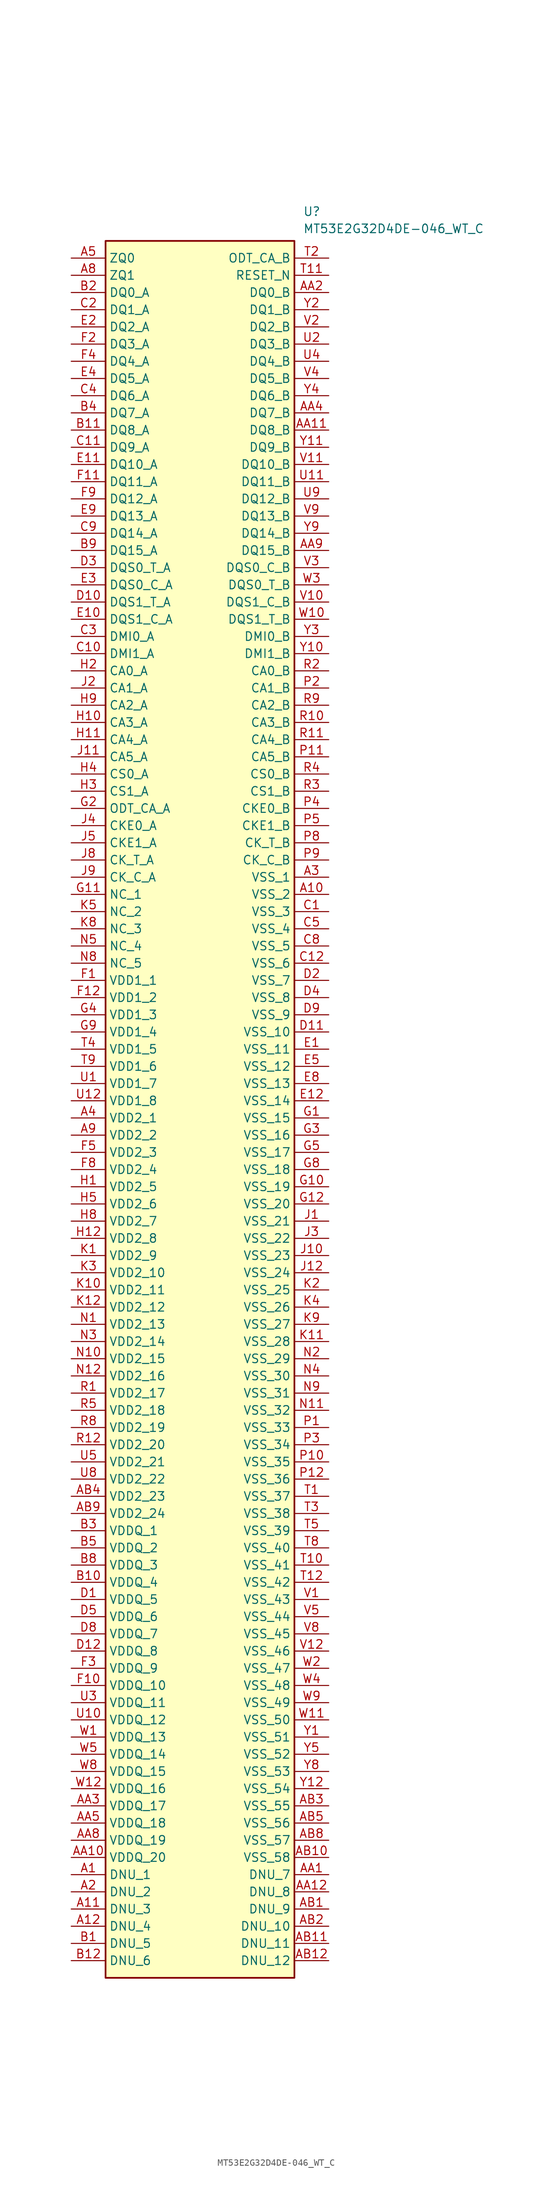
<source format=kicad_sym>
(kicad_symbol_lib
  (version 20241209)
  (generator "kicad_symbol_editor")
  (generator_version "9.0")
  (symbol "MT53E2G32D4DE-046_WT_C"
    (property "Reference" "U"
      (at 34.29 7.62 0)
      (effects (font (size 1.27 1.27)) (justify left top)))
    (property "Value" "MT53E2G32D4DE-046_WT_C"
      (at 34.29 5.08 0)
      (effects (font (size 1.27 1.27)) (justify left top)))
    (symbol "MT53E2G32D4DE-046_WT_C_1_1"
      (rectangle (start 5.08 2.54) (end 33.02 -254) (stroke (width 0.254) (type default)) (fill (type background)))
      (pin passive line (at 0 0 0) (length 5.08) (name "ZQ0" (effects (font (size 1.27 1.27)))) (number "A5" (effects (font (size 1.27 1.27)))))
      (pin passive line (at 0 -2.54 0) (length 5.08) (name "ZQ1" (effects (font (size 1.27 1.27)))) (number "A8" (effects (font (size 1.27 1.27)))))
      (pin passive line (at 0 -5.08 0) (length 5.08) (name "DQ0_A" (effects (font (size 1.27 1.27)))) (number "B2" (effects (font (size 1.27 1.27)))))
      (pin passive line (at 0 -7.62 0) (length 5.08) (name "DQ1_A" (effects (font (size 1.27 1.27)))) (number "C2" (effects (font (size 1.27 1.27)))))
      (pin passive line (at 0 -10.16 0) (length 5.08) (name "DQ2_A" (effects (font (size 1.27 1.27)))) (number "E2" (effects (font (size 1.27 1.27)))))
      (pin passive line (at 0 -12.7 0) (length 5.08) (name "DQ3_A" (effects (font (size 1.27 1.27)))) (number "F2" (effects (font (size 1.27 1.27)))))
      (pin passive line (at 0 -15.24 0) (length 5.08) (name "DQ4_A" (effects (font (size 1.27 1.27)))) (number "F4" (effects (font (size 1.27 1.27)))))
      (pin passive line (at 0 -17.78 0) (length 5.08) (name "DQ5_A" (effects (font (size 1.27 1.27)))) (number "E4" (effects (font (size 1.27 1.27)))))
      (pin passive line (at 0 -20.32 0) (length 5.08) (name "DQ6_A" (effects (font (size 1.27 1.27)))) (number "C4" (effects (font (size 1.27 1.27)))))
      (pin passive line (at 0 -22.86 0) (length 5.08) (name "DQ7_A" (effects (font (size 1.27 1.27)))) (number "B4" (effects (font (size 1.27 1.27)))))
      (pin passive line (at 0 -25.4 0) (length 5.08) (name "DQ8_A" (effects (font (size 1.27 1.27)))) (number "B11" (effects (font (size 1.27 1.27)))))
      (pin passive line (at 0 -27.94 0) (length 5.08) (name "DQ9_A" (effects (font (size 1.27 1.27)))) (number "C11" (effects (font (size 1.27 1.27)))))
      (pin passive line (at 0 -30.48 0) (length 5.08) (name "DQ10_A" (effects (font (size 1.27 1.27)))) (number "E11" (effects (font (size 1.27 1.27)))))
      (pin passive line (at 0 -33.02 0) (length 5.08) (name "DQ11_A" (effects (font (size 1.27 1.27)))) (number "F11" (effects (font (size 1.27 1.27)))))
      (pin passive line (at 0 -35.56 0) (length 5.08) (name "DQ12_A" (effects (font (size 1.27 1.27)))) (number "F9" (effects (font (size 1.27 1.27)))))
      (pin passive line (at 0 -38.1 0) (length 5.08) (name "DQ13_A" (effects (font (size 1.27 1.27)))) (number "E9" (effects (font (size 1.27 1.27)))))
      (pin passive line (at 0 -40.64 0) (length 5.08) (name "DQ14_A" (effects (font (size 1.27 1.27)))) (number "C9" (effects (font (size 1.27 1.27)))))
      (pin passive line (at 0 -43.18 0) (length 5.08) (name "DQ15_A" (effects (font (size 1.27 1.27)))) (number "B9" (effects (font (size 1.27 1.27)))))
      (pin passive line (at 0 -45.72 0) (length 5.08) (name "DQS0_T_A" (effects (font (size 1.27 1.27)))) (number "D3" (effects (font (size 1.27 1.27)))))
      (pin passive line (at 0 -48.26 0) (length 5.08) (name "DQS0_C_A" (effects (font (size 1.27 1.27)))) (number "E3" (effects (font (size 1.27 1.27)))))
      (pin passive line (at 0 -50.8 0) (length 5.08) (name "DQS1_T_A" (effects (font (size 1.27 1.27)))) (number "D10" (effects (font (size 1.27 1.27)))))
      (pin passive line (at 0 -53.34 0) (length 5.08) (name "DQS1_C_A" (effects (font (size 1.27 1.27)))) (number "E10" (effects (font (size 1.27 1.27)))))
      (pin passive line (at 0 -55.88 0) (length 5.08) (name "DMI0_A" (effects (font (size 1.27 1.27)))) (number "C3" (effects (font (size 1.27 1.27)))))
      (pin passive line (at 0 -58.42 0) (length 5.08) (name "DMI1_A" (effects (font (size 1.27 1.27)))) (number "C10" (effects (font (size 1.27 1.27)))))
      (pin passive line (at 0 -60.96 0) (length 5.08) (name "CA0_A" (effects (font (size 1.27 1.27)))) (number "H2" (effects (font (size 1.27 1.27)))))
      (pin passive line (at 0 -63.5 0) (length 5.08) (name "CA1_A" (effects (font (size 1.27 1.27)))) (number "J2" (effects (font (size 1.27 1.27)))))
      (pin passive line (at 0 -66.04 0) (length 5.08) (name "CA2_A" (effects (font (size 1.27 1.27)))) (number "H9" (effects (font (size 1.27 1.27)))))
      (pin passive line (at 0 -68.58 0) (length 5.08) (name "CA3_A" (effects (font (size 1.27 1.27)))) (number "H10" (effects (font (size 1.27 1.27)))))
      (pin passive line (at 0 -71.12 0) (length 5.08) (name "CA4_A" (effects (font (size 1.27 1.27)))) (number "H11" (effects (font (size 1.27 1.27)))))
      (pin passive line (at 0 -73.66 0) (length 5.08) (name "CA5_A" (effects (font (size 1.27 1.27)))) (number "J11" (effects (font (size 1.27 1.27)))))
      (pin passive line (at 0 -76.2 0) (length 5.08) (name "CS0_A" (effects (font (size 1.27 1.27)))) (number "H4" (effects (font (size 1.27 1.27)))))
      (pin passive line (at 0 -78.74 0) (length 5.08) (name "CS1_A" (effects (font (size 1.27 1.27)))) (number "H3" (effects (font (size 1.27 1.27)))))
      (pin passive line (at 0 -81.28 0) (length 5.08) (name "ODT_CA_A" (effects (font (size 1.27 1.27)))) (number "G2" (effects (font (size 1.27 1.27)))))
      (pin passive line (at 0 -83.82 0) (length 5.08) (name "CKE0_A" (effects (font (size 1.27 1.27)))) (number "J4" (effects (font (size 1.27 1.27)))))
      (pin passive line (at 0 -86.36 0) (length 5.08) (name "CKE1_A" (effects (font (size 1.27 1.27)))) (number "J5" (effects (font (size 1.27 1.27)))))
      (pin passive line (at 0 -88.9 0) (length 5.08) (name "CK_T_A" (effects (font (size 1.27 1.27)))) (number "J8" (effects (font (size 1.27 1.27)))))
      (pin passive line (at 0 -91.44 0) (length 5.08) (name "CK_C_A" (effects (font (size 1.27 1.27)))) (number "J9" (effects (font (size 1.27 1.27)))))
      (pin passive line (at 0 -93.98 0) (length 5.08) (name "NC_1" (effects (font (size 1.27 1.27)))) (number "G11" (effects (font (size 1.27 1.27)))))
      (pin passive line (at 0 -96.52 0) (length 5.08) (name "NC_2" (effects (font (size 1.27 1.27)))) (number "K5" (effects (font (size 1.27 1.27)))))
      (pin passive line (at 0 -99.06 0) (length 5.08) (name "NC_3" (effects (font (size 1.27 1.27)))) (number "K8" (effects (font (size 1.27 1.27)))))
      (pin passive line (at 0 -101.6 0) (length 5.08) (name "NC_4" (effects (font (size 1.27 1.27)))) (number "N5" (effects (font (size 1.27 1.27)))))
      (pin passive line (at 0 -104.14 0) (length 5.08) (name "NC_5" (effects (font (size 1.27 1.27)))) (number "N8" (effects (font (size 1.27 1.27)))))
      (pin passive line (at 0 -106.68 0) (length 5.08) (name "VDD1_1" (effects (font (size 1.27 1.27)))) (number "F1" (effects (font (size 1.27 1.27)))))
      (pin passive line (at 0 -109.22 0) (length 5.08) (name "VDD1_2" (effects (font (size 1.27 1.27)))) (number "F12" (effects (font (size 1.27 1.27)))))
      (pin passive line (at 0 -111.76 0) (length 5.08) (name "VDD1_3" (effects (font (size 1.27 1.27)))) (number "G4" (effects (font (size 1.27 1.27)))))
      (pin passive line (at 0 -114.3 0) (length 5.08) (name "VDD1_4" (effects (font (size 1.27 1.27)))) (number "G9" (effects (font (size 1.27 1.27)))))
      (pin passive line (at 0 -116.84 0) (length 5.08) (name "VDD1_5" (effects (font (size 1.27 1.27)))) (number "T4" (effects (font (size 1.27 1.27)))))
      (pin passive line (at 0 -119.38 0) (length 5.08) (name "VDD1_6" (effects (font (size 1.27 1.27)))) (number "T9" (effects (font (size 1.27 1.27)))))
      (pin passive line (at 0 -121.92 0) (length 5.08) (name "VDD1_7" (effects (font (size 1.27 1.27)))) (number "U1" (effects (font (size 1.27 1.27)))))
      (pin passive line (at 0 -124.46 0) (length 5.08) (name "VDD1_8" (effects (font (size 1.27 1.27)))) (number "U12" (effects (font (size 1.27 1.27)))))
      (pin passive line (at 0 -127 0) (length 5.08) (name "VDD2_1" (effects (font (size 1.27 1.27)))) (number "A4" (effects (font (size 1.27 1.27)))))
      (pin passive line (at 0 -129.54 0) (length 5.08) (name "VDD2_2" (effects (font (size 1.27 1.27)))) (number "A9" (effects (font (size 1.27 1.27)))))
      (pin passive line (at 0 -132.08 0) (length 5.08) (name "VDD2_3" (effects (font (size 1.27 1.27)))) (number "F5" (effects (font (size 1.27 1.27)))))
      (pin passive line (at 0 -134.62 0) (length 5.08) (name "VDD2_4" (effects (font (size 1.27 1.27)))) (number "F8" (effects (font (size 1.27 1.27)))))
      (pin passive line (at 0 -137.16 0) (length 5.08) (name "VDD2_5" (effects (font (size 1.27 1.27)))) (number "H1" (effects (font (size 1.27 1.27)))))
      (pin passive line (at 0 -139.7 0) (length 5.08) (name "VDD2_6" (effects (font (size 1.27 1.27)))) (number "H5" (effects (font (size 1.27 1.27)))))
      (pin passive line (at 0 -142.24 0) (length 5.08) (name "VDD2_7" (effects (font (size 1.27 1.27)))) (number "H8" (effects (font (size 1.27 1.27)))))
      (pin passive line (at 0 -144.78 0) (length 5.08) (name "VDD2_8" (effects (font (size 1.27 1.27)))) (number "H12" (effects (font (size 1.27 1.27)))))
      (pin passive line (at 0 -147.32 0) (length 5.08) (name "VDD2_9" (effects (font (size 1.27 1.27)))) (number "K1" (effects (font (size 1.27 1.27)))))
      (pin passive line (at 0 -149.86 0) (length 5.08) (name "VDD2_10" (effects (font (size 1.27 1.27)))) (number "K3" (effects (font (size 1.27 1.27)))))
      (pin passive line (at 0 -152.4 0) (length 5.08) (name "VDD2_11" (effects (font (size 1.27 1.27)))) (number "K10" (effects (font (size 1.27 1.27)))))
      (pin passive line (at 0 -154.94 0) (length 5.08) (name "VDD2_12" (effects (font (size 1.27 1.27)))) (number "K12" (effects (font (size 1.27 1.27)))))
      (pin passive line (at 0 -157.48 0) (length 5.08) (name "VDD2_13" (effects (font (size 1.27 1.27)))) (number "N1" (effects (font (size 1.27 1.27)))))
      (pin passive line (at 0 -160.02 0) (length 5.08) (name "VDD2_14" (effects (font (size 1.27 1.27)))) (number "N3" (effects (font (size 1.27 1.27)))))
      (pin passive line (at 0 -162.56 0) (length 5.08) (name "VDD2_15" (effects (font (size 1.27 1.27)))) (number "N10" (effects (font (size 1.27 1.27)))))
      (pin passive line (at 0 -165.1 0) (length 5.08) (name "VDD2_16" (effects (font (size 1.27 1.27)))) (number "N12" (effects (font (size 1.27 1.27)))))
      (pin passive line (at 0 -167.64 0) (length 5.08) (name "VDD2_17" (effects (font (size 1.27 1.27)))) (number "R1" (effects (font (size 1.27 1.27)))))
      (pin passive line (at 0 -170.18 0) (length 5.08) (name "VDD2_18" (effects (font (size 1.27 1.27)))) (number "R5" (effects (font (size 1.27 1.27)))))
      (pin passive line (at 0 -172.72 0) (length 5.08) (name "VDD2_19" (effects (font (size 1.27 1.27)))) (number "R8" (effects (font (size 1.27 1.27)))))
      (pin passive line (at 0 -175.26 0) (length 5.08) (name "VDD2_20" (effects (font (size 1.27 1.27)))) (number "R12" (effects (font (size 1.27 1.27)))))
      (pin passive line (at 0 -177.8 0) (length 5.08) (name "VDD2_21" (effects (font (size 1.27 1.27)))) (number "U5" (effects (font (size 1.27 1.27)))))
      (pin passive line (at 0 -180.34 0) (length 5.08) (name "VDD2_22" (effects (font (size 1.27 1.27)))) (number "U8" (effects (font (size 1.27 1.27)))))
      (pin passive line (at 0 -182.88 0) (length 5.08) (name "VDD2_23" (effects (font (size 1.27 1.27)))) (number "AB4" (effects (font (size 1.27 1.27)))))
      (pin passive line (at 0 -185.42 0) (length 5.08) (name "VDD2_24" (effects (font (size 1.27 1.27)))) (number "AB9" (effects (font (size 1.27 1.27)))))
      (pin passive line (at 0 -187.96 0) (length 5.08) (name "VDDQ_1" (effects (font (size 1.27 1.27)))) (number "B3" (effects (font (size 1.27 1.27)))))
      (pin passive line (at 0 -190.5 0) (length 5.08) (name "VDDQ_2" (effects (font (size 1.27 1.27)))) (number "B5" (effects (font (size 1.27 1.27)))))
      (pin passive line (at 0 -193.04 0) (length 5.08) (name "VDDQ_3" (effects (font (size 1.27 1.27)))) (number "B8" (effects (font (size 1.27 1.27)))))
      (pin passive line (at 0 -195.58 0) (length 5.08) (name "VDDQ_4" (effects (font (size 1.27 1.27)))) (number "B10" (effects (font (size 1.27 1.27)))))
      (pin passive line (at 0 -198.12 0) (length 5.08) (name "VDDQ_5" (effects (font (size 1.27 1.27)))) (number "D1" (effects (font (size 1.27 1.27)))))
      (pin passive line (at 0 -200.66 0) (length 5.08) (name "VDDQ_6" (effects (font (size 1.27 1.27)))) (number "D5" (effects (font (size 1.27 1.27)))))
      (pin passive line (at 0 -203.2 0) (length 5.08) (name "VDDQ_7" (effects (font (size 1.27 1.27)))) (number "D8" (effects (font (size 1.27 1.27)))))
      (pin passive line (at 0 -205.74 0) (length 5.08) (name "VDDQ_8" (effects (font (size 1.27 1.27)))) (number "D12" (effects (font (size 1.27 1.27)))))
      (pin passive line (at 0 -208.28 0) (length 5.08) (name "VDDQ_9" (effects (font (size 1.27 1.27)))) (number "F3" (effects (font (size 1.27 1.27)))))
      (pin passive line (at 0 -210.82 0) (length 5.08) (name "VDDQ_10" (effects (font (size 1.27 1.27)))) (number "F10" (effects (font (size 1.27 1.27)))))
      (pin passive line (at 0 -213.36 0) (length 5.08) (name "VDDQ_11" (effects (font (size 1.27 1.27)))) (number "U3" (effects (font (size 1.27 1.27)))))
      (pin passive line (at 0 -215.9 0) (length 5.08) (name "VDDQ_12" (effects (font (size 1.27 1.27)))) (number "U10" (effects (font (size 1.27 1.27)))))
      (pin passive line (at 0 -218.44 0) (length 5.08) (name "VDDQ_13" (effects (font (size 1.27 1.27)))) (number "W1" (effects (font (size 1.27 1.27)))))
      (pin passive line (at 0 -220.98 0) (length 5.08) (name "VDDQ_14" (effects (font (size 1.27 1.27)))) (number "W5" (effects (font (size 1.27 1.27)))))
      (pin passive line (at 0 -223.52 0) (length 5.08) (name "VDDQ_15" (effects (font (size 1.27 1.27)))) (number "W8" (effects (font (size 1.27 1.27)))))
      (pin passive line (at 0 -226.06 0) (length 5.08) (name "VDDQ_16" (effects (font (size 1.27 1.27)))) (number "W12" (effects (font (size 1.27 1.27)))))
      (pin passive line (at 0 -228.6 0) (length 5.08) (name "VDDQ_17" (effects (font (size 1.27 1.27)))) (number "AA3" (effects (font (size 1.27 1.27)))))
      (pin passive line (at 0 -231.14 0) (length 5.08) (name "VDDQ_18" (effects (font (size 1.27 1.27)))) (number "AA5" (effects (font (size 1.27 1.27)))))
      (pin passive line (at 0 -233.68 0) (length 5.08) (name "VDDQ_19" (effects (font (size 1.27 1.27)))) (number "AA8" (effects (font (size 1.27 1.27)))))
      (pin passive line (at 0 -236.22 0) (length 5.08) (name "VDDQ_20" (effects (font (size 1.27 1.27)))) (number "AA10" (effects (font (size 1.27 1.27)))))
      (pin passive line (at 0 -238.76 0) (length 5.08) (name "DNU_1" (effects (font (size 1.27 1.27)))) (number "A1" (effects (font (size 1.27 1.27)))))
      (pin passive line (at 0 -241.3 0) (length 5.08) (name "DNU_2" (effects (font (size 1.27 1.27)))) (number "A2" (effects (font (size 1.27 1.27)))))
      (pin passive line (at 0 -243.84 0) (length 5.08) (name "DNU_3" (effects (font (size 1.27 1.27)))) (number "A11" (effects (font (size 1.27 1.27)))))
      (pin passive line (at 0 -246.38 0) (length 5.08) (name "DNU_4" (effects (font (size 1.27 1.27)))) (number "A12" (effects (font (size 1.27 1.27)))))
      (pin passive line (at 0 -248.92 0) (length 5.08) (name "DNU_5" (effects (font (size 1.27 1.27)))) (number "B1" (effects (font (size 1.27 1.27)))))
      (pin passive line (at 0 -251.46 0) (length 5.08) (name "DNU_6" (effects (font (size 1.27 1.27)))) (number "B12" (effects (font (size 1.27 1.27)))))
      (pin passive line (at 38.1 0 180) (length 5.08) (name "ODT_CA_B" (effects (font (size 1.27 1.27)))) (number "T2" (effects (font (size 1.27 1.27)))))
      (pin passive line (at 38.1 -2.54 180) (length 5.08) (name "RESET_N" (effects (font (size 1.27 1.27)))) (number "T11" (effects (font (size 1.27 1.27)))))
      (pin passive line (at 38.1 -5.08 180) (length 5.08) (name "DQ0_B" (effects (font (size 1.27 1.27)))) (number "AA2" (effects (font (size 1.27 1.27)))))
      (pin passive line (at 38.1 -7.62 180) (length 5.08) (name "DQ1_B" (effects (font (size 1.27 1.27)))) (number "Y2" (effects (font (size 1.27 1.27)))))
      (pin passive line (at 38.1 -10.16 180) (length 5.08) (name "DQ2_B" (effects (font (size 1.27 1.27)))) (number "V2" (effects (font (size 1.27 1.27)))))
      (pin passive line (at 38.1 -12.7 180) (length 5.08) (name "DQ3_B" (effects (font (size 1.27 1.27)))) (number "U2" (effects (font (size 1.27 1.27)))))
      (pin passive line (at 38.1 -15.24 180) (length 5.08) (name "DQ4_B" (effects (font (size 1.27 1.27)))) (number "U4" (effects (font (size 1.27 1.27)))))
      (pin passive line (at 38.1 -17.78 180) (length 5.08) (name "DQ5_B" (effects (font (size 1.27 1.27)))) (number "V4" (effects (font (size 1.27 1.27)))))
      (pin passive line (at 38.1 -20.32 180) (length 5.08) (name "DQ6_B" (effects (font (size 1.27 1.27)))) (number "Y4" (effects (font (size 1.27 1.27)))))
      (pin passive line (at 38.1 -22.86 180) (length 5.08) (name "DQ7_B" (effects (font (size 1.27 1.27)))) (number "AA4" (effects (font (size 1.27 1.27)))))
      (pin passive line (at 38.1 -25.4 180) (length 5.08) (name "DQ8_B" (effects (font (size 1.27 1.27)))) (number "AA11" (effects (font (size 1.27 1.27)))))
      (pin passive line (at 38.1 -27.94 180) (length 5.08) (name "DQ9_B" (effects (font (size 1.27 1.27)))) (number "Y11" (effects (font (size 1.27 1.27)))))
      (pin passive line (at 38.1 -30.48 180) (length 5.08) (name "DQ10_B" (effects (font (size 1.27 1.27)))) (number "V11" (effects (font (size 1.27 1.27)))))
      (pin passive line (at 38.1 -33.02 180) (length 5.08) (name "DQ11_B" (effects (font (size 1.27 1.27)))) (number "U11" (effects (font (size 1.27 1.27)))))
      (pin passive line (at 38.1 -35.56 180) (length 5.08) (name "DQ12_B" (effects (font (size 1.27 1.27)))) (number "U9" (effects (font (size 1.27 1.27)))))
      (pin passive line (at 38.1 -38.1 180) (length 5.08) (name "DQ13_B" (effects (font (size 1.27 1.27)))) (number "V9" (effects (font (size 1.27 1.27)))))
      (pin passive line (at 38.1 -40.64 180) (length 5.08) (name "DQ14_B" (effects (font (size 1.27 1.27)))) (number "Y9" (effects (font (size 1.27 1.27)))))
      (pin passive line (at 38.1 -43.18 180) (length 5.08) (name "DQ15_B" (effects (font (size 1.27 1.27)))) (number "AA9" (effects (font (size 1.27 1.27)))))
      (pin passive line (at 38.1 -45.72 180) (length 5.08) (name "DQS0_C_B" (effects (font (size 1.27 1.27)))) (number "V3" (effects (font (size 1.27 1.27)))))
      (pin passive line (at 38.1 -48.26 180) (length 5.08) (name "DQS0_T_B" (effects (font (size 1.27 1.27)))) (number "W3" (effects (font (size 1.27 1.27)))))
      (pin passive line (at 38.1 -50.8 180) (length 5.08) (name "DQS1_C_B" (effects (font (size 1.27 1.27)))) (number "V10" (effects (font (size 1.27 1.27)))))
      (pin passive line (at 38.1 -53.34 180) (length 5.08) (name "DQS1_T_B" (effects (font (size 1.27 1.27)))) (number "W10" (effects (font (size 1.27 1.27)))))
      (pin passive line (at 38.1 -55.88 180) (length 5.08) (name "DMI0_B" (effects (font (size 1.27 1.27)))) (number "Y3" (effects (font (size 1.27 1.27)))))
      (pin passive line (at 38.1 -58.42 180) (length 5.08) (name "DMI1_B" (effects (font (size 1.27 1.27)))) (number "Y10" (effects (font (size 1.27 1.27)))))
      (pin passive line (at 38.1 -60.96 180) (length 5.08) (name "CA0_B" (effects (font (size 1.27 1.27)))) (number "R2" (effects (font (size 1.27 1.27)))))
      (pin passive line (at 38.1 -63.5 180) (length 5.08) (name "CA1_B" (effects (font (size 1.27 1.27)))) (number "P2" (effects (font (size 1.27 1.27)))))
      (pin passive line (at 38.1 -66.04 180) (length 5.08) (name "CA2_B" (effects (font (size 1.27 1.27)))) (number "R9" (effects (font (size 1.27 1.27)))))
      (pin passive line (at 38.1 -68.58 180) (length 5.08) (name "CA3_B" (effects (font (size 1.27 1.27)))) (number "R10" (effects (font (size 1.27 1.27)))))
      (pin passive line (at 38.1 -71.12 180) (length 5.08) (name "CA4_B" (effects (font (size 1.27 1.27)))) (number "R11" (effects (font (size 1.27 1.27)))))
      (pin passive line (at 38.1 -73.66 180) (length 5.08) (name "CA5_B" (effects (font (size 1.27 1.27)))) (number "P11" (effects (font (size 1.27 1.27)))))
      (pin passive line (at 38.1 -76.2 180) (length 5.08) (name "CS0_B" (effects (font (size 1.27 1.27)))) (number "R4" (effects (font (size 1.27 1.27)))))
      (pin passive line (at 38.1 -78.74 180) (length 5.08) (name "CS1_B" (effects (font (size 1.27 1.27)))) (number "R3" (effects (font (size 1.27 1.27)))))
      (pin passive line (at 38.1 -81.28 180) (length 5.08) (name "CKE0_B" (effects (font (size 1.27 1.27)))) (number "P4" (effects (font (size 1.27 1.27)))))
      (pin passive line (at 38.1 -83.82 180) (length 5.08) (name "CKE1_B" (effects (font (size 1.27 1.27)))) (number "P5" (effects (font (size 1.27 1.27)))))
      (pin passive line (at 38.1 -86.36 180) (length 5.08) (name "CK_T_B" (effects (font (size 1.27 1.27)))) (number "P8" (effects (font (size 1.27 1.27)))))
      (pin passive line (at 38.1 -88.9 180) (length 5.08) (name "CK_C_B" (effects (font (size 1.27 1.27)))) (number "P9" (effects (font (size 1.27 1.27)))))
      (pin passive line (at 38.1 -91.44 180) (length 5.08) (name "VSS_1" (effects (font (size 1.27 1.27)))) (number "A3" (effects (font (size 1.27 1.27)))))
      (pin passive line (at 38.1 -93.98 180) (length 5.08) (name "VSS_2" (effects (font (size 1.27 1.27)))) (number "A10" (effects (font (size 1.27 1.27)))))
      (pin passive line (at 38.1 -96.52 180) (length 5.08) (name "VSS_3" (effects (font (size 1.27 1.27)))) (number "C1" (effects (font (size 1.27 1.27)))))
      (pin passive line (at 38.1 -99.06 180) (length 5.08) (name "VSS_4" (effects (font (size 1.27 1.27)))) (number "C5" (effects (font (size 1.27 1.27)))))
      (pin passive line (at 38.1 -101.6 180) (length 5.08) (name "VSS_5" (effects (font (size 1.27 1.27)))) (number "C8" (effects (font (size 1.27 1.27)))))
      (pin passive line (at 38.1 -104.14 180) (length 5.08) (name "VSS_6" (effects (font (size 1.27 1.27)))) (number "C12" (effects (font (size 1.27 1.27)))))
      (pin passive line (at 38.1 -106.68 180) (length 5.08) (name "VSS_7" (effects (font (size 1.27 1.27)))) (number "D2" (effects (font (size 1.27 1.27)))))
      (pin passive line (at 38.1 -109.22 180) (length 5.08) (name "VSS_8" (effects (font (size 1.27 1.27)))) (number "D4" (effects (font (size 1.27 1.27)))))
      (pin passive line (at 38.1 -111.76 180) (length 5.08) (name "VSS_9" (effects (font (size 1.27 1.27)))) (number "D9" (effects (font (size 1.27 1.27)))))
      (pin passive line (at 38.1 -114.3 180) (length 5.08) (name "VSS_10" (effects (font (size 1.27 1.27)))) (number "D11" (effects (font (size 1.27 1.27)))))
      (pin passive line (at 38.1 -116.84 180) (length 5.08) (name "VSS_11" (effects (font (size 1.27 1.27)))) (number "E1" (effects (font (size 1.27 1.27)))))
      (pin passive line (at 38.1 -119.38 180) (length 5.08) (name "VSS_12" (effects (font (size 1.27 1.27)))) (number "E5" (effects (font (size 1.27 1.27)))))
      (pin passive line (at 38.1 -121.92 180) (length 5.08) (name "VSS_13" (effects (font (size 1.27 1.27)))) (number "E8" (effects (font (size 1.27 1.27)))))
      (pin passive line (at 38.1 -124.46 180) (length 5.08) (name "VSS_14" (effects (font (size 1.27 1.27)))) (number "E12" (effects (font (size 1.27 1.27)))))
      (pin passive line (at 38.1 -127 180) (length 5.08) (name "VSS_15" (effects (font (size 1.27 1.27)))) (number "G1" (effects (font (size 1.27 1.27)))))
      (pin passive line (at 38.1 -129.54 180) (length 5.08) (name "VSS_16" (effects (font (size 1.27 1.27)))) (number "G3" (effects (font (size 1.27 1.27)))))
      (pin passive line (at 38.1 -132.08 180) (length 5.08) (name "VSS_17" (effects (font (size 1.27 1.27)))) (number "G5" (effects (font (size 1.27 1.27)))))
      (pin passive line (at 38.1 -134.62 180) (length 5.08) (name "VSS_18" (effects (font (size 1.27 1.27)))) (number "G8" (effects (font (size 1.27 1.27)))))
      (pin passive line (at 38.1 -137.16 180) (length 5.08) (name "VSS_19" (effects (font (size 1.27 1.27)))) (number "G10" (effects (font (size 1.27 1.27)))))
      (pin passive line (at 38.1 -139.7 180) (length 5.08) (name "VSS_20" (effects (font (size 1.27 1.27)))) (number "G12" (effects (font (size 1.27 1.27)))))
      (pin passive line (at 38.1 -142.24 180) (length 5.08) (name "VSS_21" (effects (font (size 1.27 1.27)))) (number "J1" (effects (font (size 1.27 1.27)))))
      (pin passive line (at 38.1 -144.78 180) (length 5.08) (name "VSS_22" (effects (font (size 1.27 1.27)))) (number "J3" (effects (font (size 1.27 1.27)))))
      (pin passive line (at 38.1 -147.32 180) (length 5.08) (name "VSS_23" (effects (font (size 1.27 1.27)))) (number "J10" (effects (font (size 1.27 1.27)))))
      (pin passive line (at 38.1 -149.86 180) (length 5.08) (name "VSS_24" (effects (font (size 1.27 1.27)))) (number "J12" (effects (font (size 1.27 1.27)))))
      (pin passive line (at 38.1 -152.4 180) (length 5.08) (name "VSS_25" (effects (font (size 1.27 1.27)))) (number "K2" (effects (font (size 1.27 1.27)))))
      (pin passive line (at 38.1 -154.94 180) (length 5.08) (name "VSS_26" (effects (font (size 1.27 1.27)))) (number "K4" (effects (font (size 1.27 1.27)))))
      (pin passive line (at 38.1 -157.48 180) (length 5.08) (name "VSS_27" (effects (font (size 1.27 1.27)))) (number "K9" (effects (font (size 1.27 1.27)))))
      (pin passive line (at 38.1 -160.02 180) (length 5.08) (name "VSS_28" (effects (font (size 1.27 1.27)))) (number "K11" (effects (font (size 1.27 1.27)))))
      (pin passive line (at 38.1 -162.56 180) (length 5.08) (name "VSS_29" (effects (font (size 1.27 1.27)))) (number "N2" (effects (font (size 1.27 1.27)))))
      (pin passive line (at 38.1 -165.1 180) (length 5.08) (name "VSS_30" (effects (font (size 1.27 1.27)))) (number "N4" (effects (font (size 1.27 1.27)))))
      (pin passive line (at 38.1 -167.64 180) (length 5.08) (name "VSS_31" (effects (font (size 1.27 1.27)))) (number "N9" (effects (font (size 1.27 1.27)))))
      (pin passive line (at 38.1 -170.18 180) (length 5.08) (name "VSS_32" (effects (font (size 1.27 1.27)))) (number "N11" (effects (font (size 1.27 1.27)))))
      (pin passive line (at 38.1 -172.72 180) (length 5.08) (name "VSS_33" (effects (font (size 1.27 1.27)))) (number "P1" (effects (font (size 1.27 1.27)))))
      (pin passive line (at 38.1 -175.26 180) (length 5.08) (name "VSS_34" (effects (font (size 1.27 1.27)))) (number "P3" (effects (font (size 1.27 1.27)))))
      (pin passive line (at 38.1 -177.8 180) (length 5.08) (name "VSS_35" (effects (font (size 1.27 1.27)))) (number "P10" (effects (font (size 1.27 1.27)))))
      (pin passive line (at 38.1 -180.34 180) (length 5.08) (name "VSS_36" (effects (font (size 1.27 1.27)))) (number "P12" (effects (font (size 1.27 1.27)))))
      (pin passive line (at 38.1 -182.88 180) (length 5.08) (name "VSS_37" (effects (font (size 1.27 1.27)))) (number "T1" (effects (font (size 1.27 1.27)))))
      (pin passive line (at 38.1 -185.42 180) (length 5.08) (name "VSS_38" (effects (font (size 1.27 1.27)))) (number "T3" (effects (font (size 1.27 1.27)))))
      (pin passive line (at 38.1 -187.96 180) (length 5.08) (name "VSS_39" (effects (font (size 1.27 1.27)))) (number "T5" (effects (font (size 1.27 1.27)))))
      (pin passive line (at 38.1 -190.5 180) (length 5.08) (name "VSS_40" (effects (font (size 1.27 1.27)))) (number "T8" (effects (font (size 1.27 1.27)))))
      (pin passive line (at 38.1 -193.04 180) (length 5.08) (name "VSS_41" (effects (font (size 1.27 1.27)))) (number "T10" (effects (font (size 1.27 1.27)))))
      (pin passive line (at 38.1 -195.58 180) (length 5.08) (name "VSS_42" (effects (font (size 1.27 1.27)))) (number "T12" (effects (font (size 1.27 1.27)))))
      (pin passive line (at 38.1 -198.12 180) (length 5.08) (name "VSS_43" (effects (font (size 1.27 1.27)))) (number "V1" (effects (font (size 1.27 1.27)))))
      (pin passive line (at 38.1 -200.66 180) (length 5.08) (name "VSS_44" (effects (font (size 1.27 1.27)))) (number "V5" (effects (font (size 1.27 1.27)))))
      (pin passive line (at 38.1 -203.2 180) (length 5.08) (name "VSS_45" (effects (font (size 1.27 1.27)))) (number "V8" (effects (font (size 1.27 1.27)))))
      (pin passive line (at 38.1 -205.74 180) (length 5.08) (name "VSS_46" (effects (font (size 1.27 1.27)))) (number "V12" (effects (font (size 1.27 1.27)))))
      (pin passive line (at 38.1 -208.28 180) (length 5.08) (name "VSS_47" (effects (font (size 1.27 1.27)))) (number "W2" (effects (font (size 1.27 1.27)))))
      (pin passive line (at 38.1 -210.82 180) (length 5.08) (name "VSS_48" (effects (font (size 1.27 1.27)))) (number "W4" (effects (font (size 1.27 1.27)))))
      (pin passive line (at 38.1 -213.36 180) (length 5.08) (name "VSS_49" (effects (font (size 1.27 1.27)))) (number "W9" (effects (font (size 1.27 1.27)))))
      (pin passive line (at 38.1 -215.9 180) (length 5.08) (name "VSS_50" (effects (font (size 1.27 1.27)))) (number "W11" (effects (font (size 1.27 1.27)))))
      (pin passive line (at 38.1 -218.44 180) (length 5.08) (name "VSS_51" (effects (font (size 1.27 1.27)))) (number "Y1" (effects (font (size 1.27 1.27)))))
      (pin passive line (at 38.1 -220.98 180) (length 5.08) (name "VSS_52" (effects (font (size 1.27 1.27)))) (number "Y5" (effects (font (size 1.27 1.27)))))
      (pin passive line (at 38.1 -223.52 180) (length 5.08) (name "VSS_53" (effects (font (size 1.27 1.27)))) (number "Y8" (effects (font (size 1.27 1.27)))))
      (pin passive line (at 38.1 -226.06 180) (length 5.08) (name "VSS_54" (effects (font (size 1.27 1.27)))) (number "Y12" (effects (font (size 1.27 1.27)))))
      (pin passive line (at 38.1 -228.6 180) (length 5.08) (name "VSS_55" (effects (font (size 1.27 1.27)))) (number "AB3" (effects (font (size 1.27 1.27)))))
      (pin passive line (at 38.1 -231.14 180) (length 5.08) (name "VSS_56" (effects (font (size 1.27 1.27)))) (number "AB5" (effects (font (size 1.27 1.27)))))
      (pin passive line (at 38.1 -233.68 180) (length 5.08) (name "VSS_57" (effects (font (size 1.27 1.27)))) (number "AB8" (effects (font (size 1.27 1.27)))))
      (pin passive line (at 38.1 -236.22 180) (length 5.08) (name "VSS_58" (effects (font (size 1.27 1.27)))) (number "AB10" (effects (font (size 1.27 1.27)))))
      (pin passive line (at 38.1 -238.76 180) (length 5.08) (name "DNU_7" (effects (font (size 1.27 1.27)))) (number "AA1" (effects (font (size 1.27 1.27)))))
      (pin passive line (at 38.1 -241.3 180) (length 5.08) (name "DNU_8" (effects (font (size 1.27 1.27)))) (number "AA12" (effects (font (size 1.27 1.27)))))
      (pin passive line (at 38.1 -243.84 180) (length 5.08) (name "DNU_9" (effects (font (size 1.27 1.27)))) (number "AB1" (effects (font (size 1.27 1.27)))))
      (pin passive line (at 38.1 -246.38 180) (length 5.08) (name "DNU_10" (effects (font (size 1.27 1.27)))) (number "AB2" (effects (font (size 1.27 1.27)))))
      (pin passive line (at 38.1 -248.92 180) (length 5.08) (name "DNU_11" (effects (font (size 1.27 1.27)))) (number "AB11" (effects (font (size 1.27 1.27)))))
      (pin passive line (at 38.1 -251.46 180) (length 5.08) (name "DNU_12" (effects (font (size 1.27 1.27)))) (number "AB12" (effects (font (size 1.27 1.27))))))))
</source>
